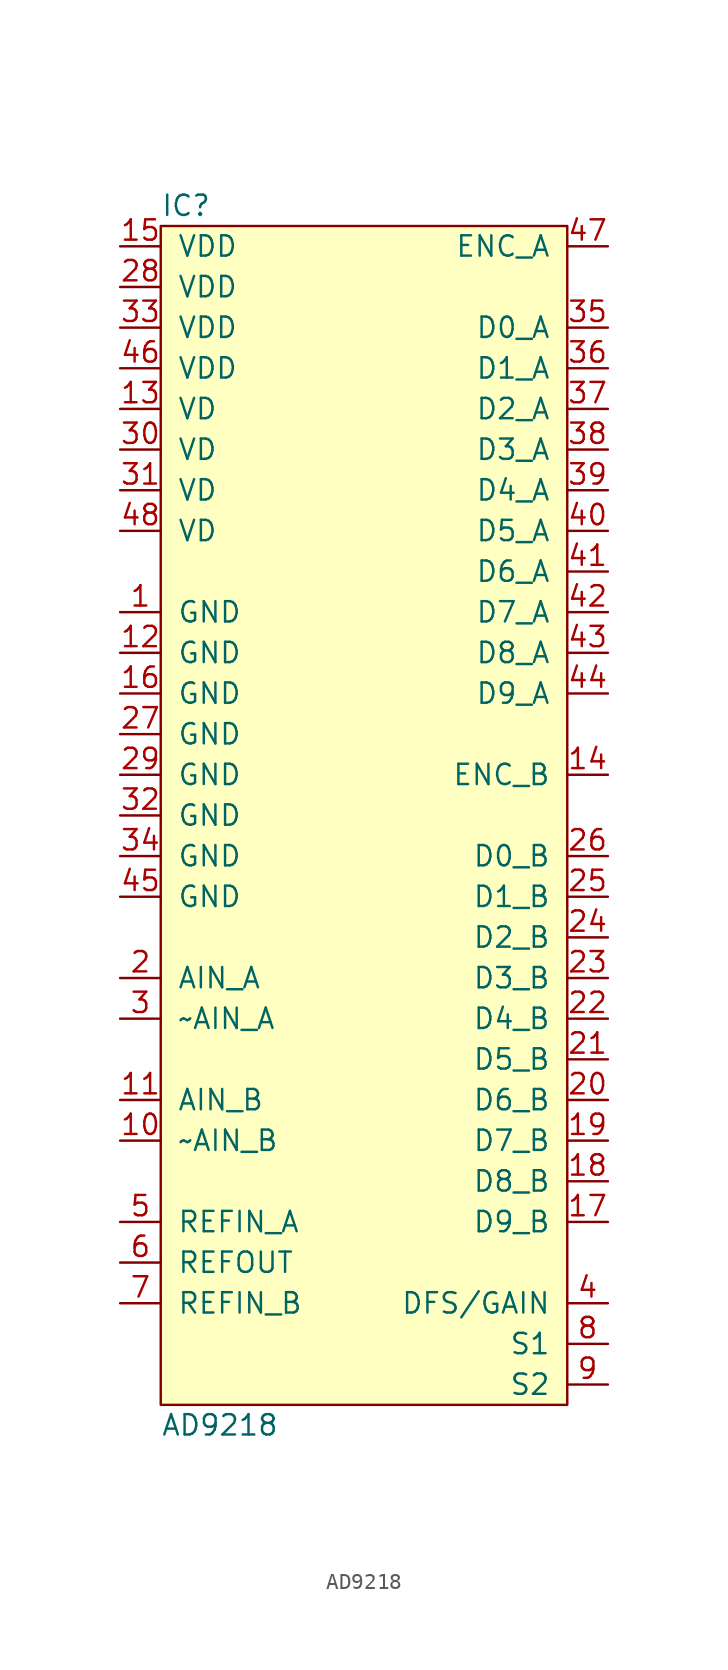
<source format=kicad_sym>
(kicad_symbol_lib
  (version 20211014)
  (generator agg_kicad.build_lib_ic)
  (symbol "AD9218"
    (pin_names
      (offset 1.016))
    (property Reference IC
      (at -12.7 38.1 0)
      (effects (font (size 1.27 1.27)) (justify left)))
    (property Value "AD9218"
      (at -12.7 -38.1 0)
      (effects (font (size 1.27 1.27)) (justify left)))
    (symbol "AD9218_0_0"
      (rectangle (start -12.7 36.83) (end 12.7 -36.83) (stroke (width 0) (type default) (color 0 0 0 0)) (fill (type background)))
      (pin power_in line (at -15.24 35.56 0) (length 2.54) (name VDD (effects (font (size 1.27 1.27)))) (number "15" (effects (font (size 1.27 1.27)))))
      (pin power_in line (at -15.24 33.02 0) (length 2.54) (name VDD (effects (font (size 1.27 1.27)))) (number "28" (effects (font (size 1.27 1.27)))))
      (pin power_in line (at -15.24 30.48 0) (length 2.54) (name VDD (effects (font (size 1.27 1.27)))) (number "33" (effects (font (size 1.27 1.27)))))
      (pin power_in line (at -15.24 27.94 0) (length 2.54) (name VDD (effects (font (size 1.27 1.27)))) (number "46" (effects (font (size 1.27 1.27)))))
      (pin power_in line (at -15.24 25.4 0) (length 2.54) (name VD (effects (font (size 1.27 1.27)))) (number "13" (effects (font (size 1.27 1.27)))))
      (pin power_in line (at -15.24 22.86 0) (length 2.54) (name VD (effects (font (size 1.27 1.27)))) (number "30" (effects (font (size 1.27 1.27)))))
      (pin power_in line (at -15.24 20.32 0) (length 2.54) (name VD (effects (font (size 1.27 1.27)))) (number "31" (effects (font (size 1.27 1.27)))))
      (pin power_in line (at -15.24 17.78 0) (length 2.54) (name VD (effects (font (size 1.27 1.27)))) (number "48" (effects (font (size 1.27 1.27)))))
      (pin power_in line (at -15.24 12.7 0) (length 2.54) (name GND (effects (font (size 1.27 1.27)))) (number "1" (effects (font (size 1.27 1.27)))))
      (pin power_in line (at -15.24 10.16 0) (length 2.54) (name GND (effects (font (size 1.27 1.27)))) (number "12" (effects (font (size 1.27 1.27)))))
      (pin power_in line (at -15.24 7.62 0) (length 2.54) (name GND (effects (font (size 1.27 1.27)))) (number "16" (effects (font (size 1.27 1.27)))))
      (pin power_in line (at -15.24 5.08 0) (length 2.54) (name GND (effects (font (size 1.27 1.27)))) (number "27" (effects (font (size 1.27 1.27)))))
      (pin power_in line (at -15.24 2.54 0) (length 2.54) (name GND (effects (font (size 1.27 1.27)))) (number "29" (effects (font (size 1.27 1.27)))))
      (pin power_in line (at -15.24 0 0) (length 2.54) (name GND (effects (font (size 1.27 1.27)))) (number "32" (effects (font (size 1.27 1.27)))))
      (pin power_in line (at -15.24 -2.54 0) (length 2.54) (name GND (effects (font (size 1.27 1.27)))) (number "34" (effects (font (size 1.27 1.27)))))
      (pin power_in line (at -15.24 -5.08 0) (length 2.54) (name GND (effects (font (size 1.27 1.27)))) (number "45" (effects (font (size 1.27 1.27)))))
      (pin input line (at -15.24 -10.16 0) (length 2.54) (name AIN_A (effects (font (size 1.27 1.27)))) (number "2" (effects (font (size 1.27 1.27)))))
      (pin input line (at -15.24 -12.7 0) (length 2.54) (name "~AIN_A" (effects (font (size 1.27 1.27)))) (number "3" (effects (font (size 1.27 1.27)))))
      (pin input line (at -15.24 -17.78 0) (length 2.54) (name AIN_B (effects (font (size 1.27 1.27)))) (number "11" (effects (font (size 1.27 1.27)))))
      (pin input line (at -15.24 -20.32 0) (length 2.54) (name "~AIN_B" (effects (font (size 1.27 1.27)))) (number "10" (effects (font (size 1.27 1.27)))))
      (pin input line (at -15.24 -25.4 0) (length 2.54) (name REFIN_A (effects (font (size 1.27 1.27)))) (number "5" (effects (font (size 1.27 1.27)))))
      (pin output line (at -15.24 -27.94 0) (length 2.54) (name REFOUT (effects (font (size 1.27 1.27)))) (number "6" (effects (font (size 1.27 1.27)))))
      (pin input line (at -15.24 -30.48 0) (length 2.54) (name REFIN_B (effects (font (size 1.27 1.27)))) (number "7" (effects (font (size 1.27 1.27)))))
      (pin input line (at 15.24 35.56 180) (length 2.54) (name ENC_A (effects (font (size 1.27 1.27)))) (number "47" (effects (font (size 1.27 1.27)))))
      (pin output line (at 15.24 30.48 180) (length 2.54) (name "D0_A" (effects (font (size 1.27 1.27)))) (number "35" (effects (font (size 1.27 1.27)))))
      (pin output line (at 15.24 27.94 180) (length 2.54) (name "D1_A" (effects (font (size 1.27 1.27)))) (number "36" (effects (font (size 1.27 1.27)))))
      (pin output line (at 15.24 25.4 180) (length 2.54) (name "D2_A" (effects (font (size 1.27 1.27)))) (number "37" (effects (font (size 1.27 1.27)))))
      (pin output line (at 15.24 22.86 180) (length 2.54) (name "D3_A" (effects (font (size 1.27 1.27)))) (number "38" (effects (font (size 1.27 1.27)))))
      (pin output line (at 15.24 20.32 180) (length 2.54) (name "D4_A" (effects (font (size 1.27 1.27)))) (number "39" (effects (font (size 1.27 1.27)))))
      (pin output line (at 15.24 17.78 180) (length 2.54) (name "D5_A" (effects (font (size 1.27 1.27)))) (number "40" (effects (font (size 1.27 1.27)))))
      (pin output line (at 15.24 15.24 180) (length 2.54) (name "D6_A" (effects (font (size 1.27 1.27)))) (number "41" (effects (font (size 1.27 1.27)))))
      (pin output line (at 15.24 12.7 180) (length 2.54) (name "D7_A" (effects (font (size 1.27 1.27)))) (number "42" (effects (font (size 1.27 1.27)))))
      (pin output line (at 15.24 10.16 180) (length 2.54) (name "D8_A" (effects (font (size 1.27 1.27)))) (number "43" (effects (font (size 1.27 1.27)))))
      (pin output line (at 15.24 7.62 180) (length 2.54) (name "D9_A" (effects (font (size 1.27 1.27)))) (number "44" (effects (font (size 1.27 1.27)))))
      (pin input line (at 15.24 2.54 180) (length 2.54) (name ENC_B (effects (font (size 1.27 1.27)))) (number "14" (effects (font (size 1.27 1.27)))))
      (pin output line (at 15.24 -2.54 180) (length 2.54) (name "D0_B" (effects (font (size 1.27 1.27)))) (number "26" (effects (font (size 1.27 1.27)))))
      (pin output line (at 15.24 -5.08 180) (length 2.54) (name "D1_B" (effects (font (size 1.27 1.27)))) (number "25" (effects (font (size 1.27 1.27)))))
      (pin output line (at 15.24 -7.62 180) (length 2.54) (name "D2_B" (effects (font (size 1.27 1.27)))) (number "24" (effects (font (size 1.27 1.27)))))
      (pin output line (at 15.24 -10.16 180) (length 2.54) (name "D3_B" (effects (font (size 1.27 1.27)))) (number "23" (effects (font (size 1.27 1.27)))))
      (pin output line (at 15.24 -12.7 180) (length 2.54) (name "D4_B" (effects (font (size 1.27 1.27)))) (number "22" (effects (font (size 1.27 1.27)))))
      (pin output line (at 15.24 -15.24 180) (length 2.54) (name "D5_B" (effects (font (size 1.27 1.27)))) (number "21" (effects (font (size 1.27 1.27)))))
      (pin output line (at 15.24 -17.78 180) (length 2.54) (name "D6_B" (effects (font (size 1.27 1.27)))) (number "20" (effects (font (size 1.27 1.27)))))
      (pin output line (at 15.24 -20.32 180) (length 2.54) (name "D7_B" (effects (font (size 1.27 1.27)))) (number "19" (effects (font (size 1.27 1.27)))))
      (pin output line (at 15.24 -22.86 180) (length 2.54) (name "D8_B" (effects (font (size 1.27 1.27)))) (number "18" (effects (font (size 1.27 1.27)))))
      (pin output line (at 15.24 -25.4 180) (length 2.54) (name "D9_B" (effects (font (size 1.27 1.27)))) (number "17" (effects (font (size 1.27 1.27)))))
      (pin input line (at 15.24 -30.48 180) (length 2.54) (name "DFS/GAIN" (effects (font (size 1.27 1.27)))) (number "4" (effects (font (size 1.27 1.27)))))
      (pin input line (at 15.24 -33.02 180) (length 2.54) (name "S1" (effects (font (size 1.27 1.27)))) (number "8" (effects (font (size 1.27 1.27)))))
      (pin input line (at 15.24 -35.56 180) (length 2.54) (name "S2" (effects (font (size 1.27 1.27)))) (number "9" (effects (font (size 1.27 1.27))))))))
</source>
